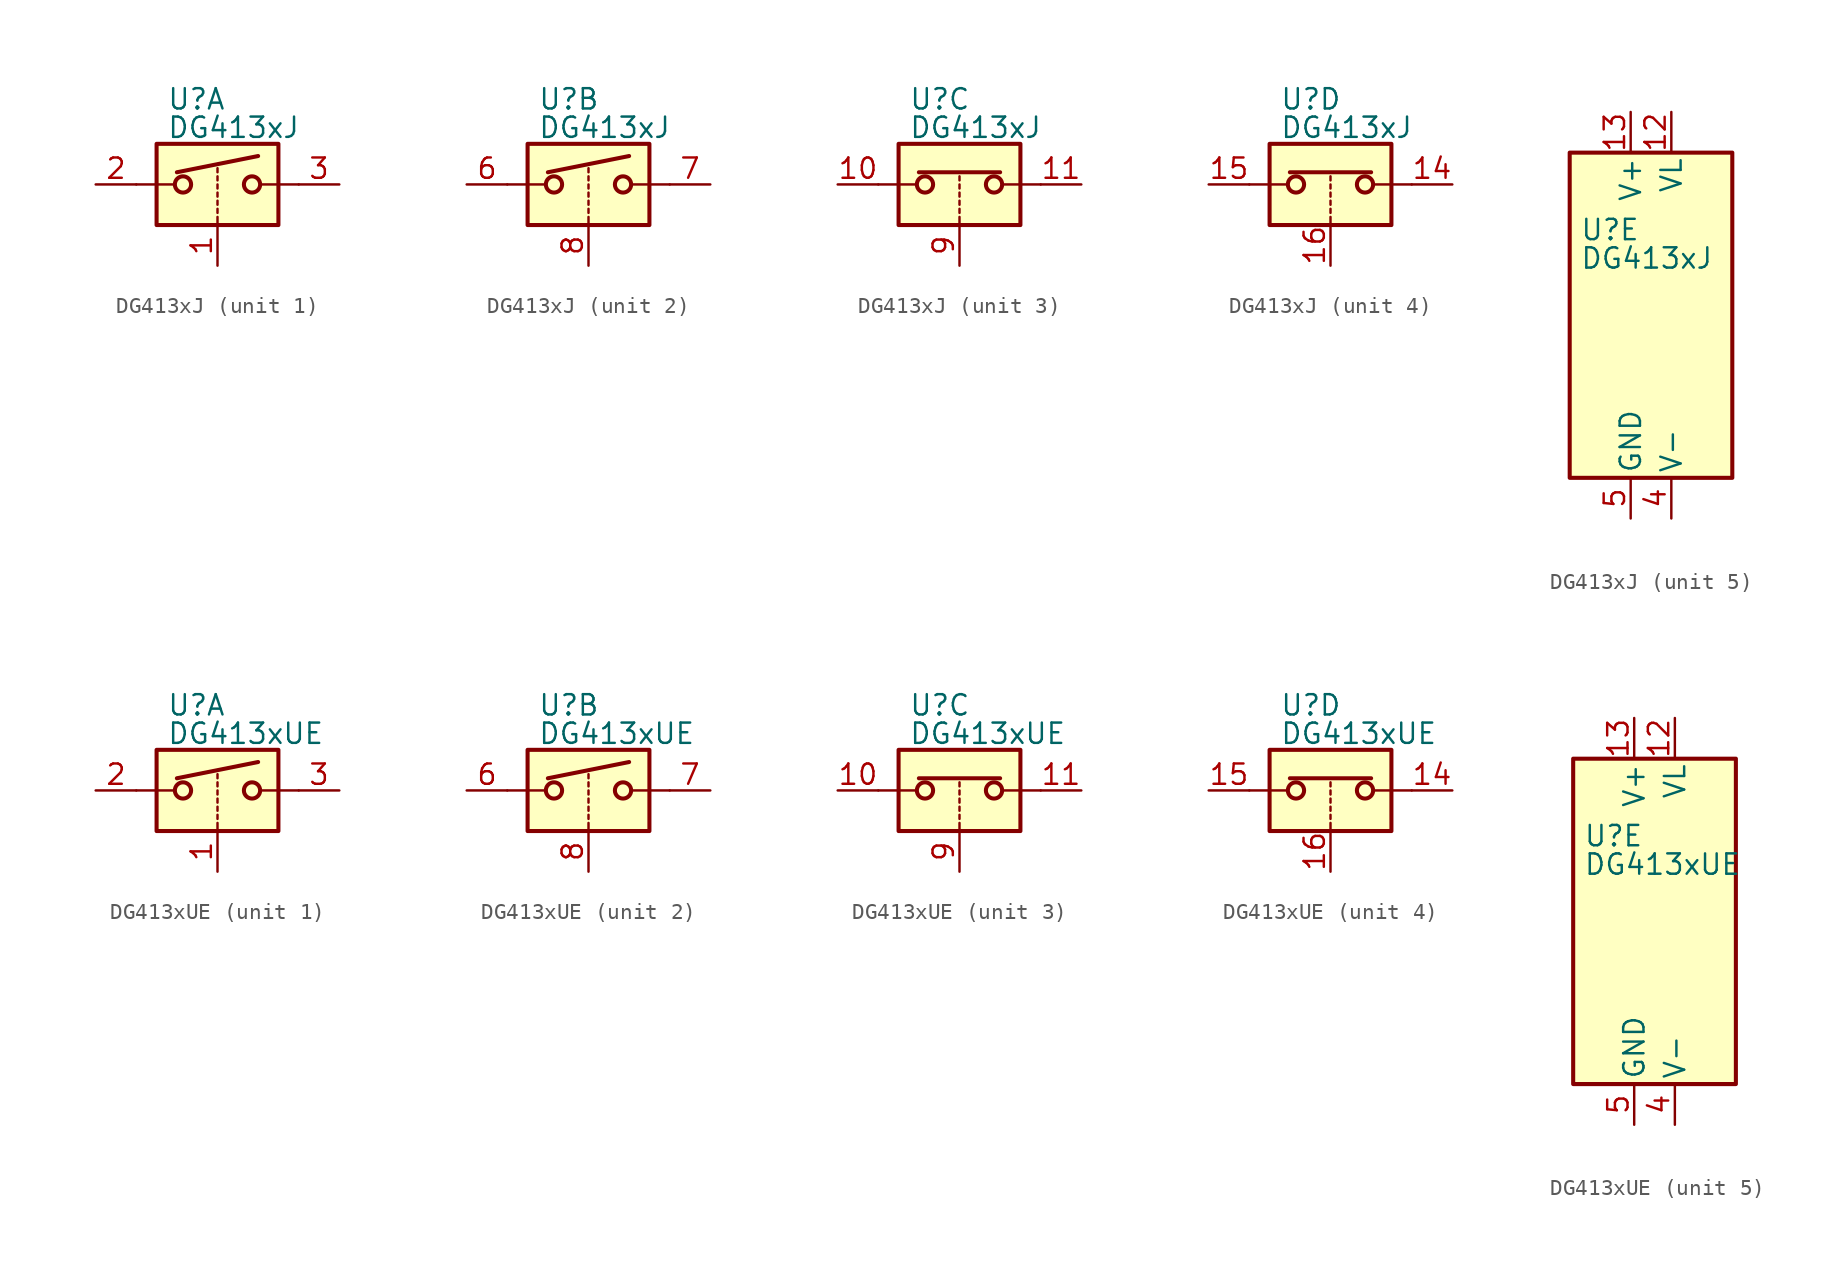
<source format=kicad_sym>
(kicad_symbol_lib
  (version 20200908)
  (generator kicad_symbol_editor)
  (symbol "Analog_Switch:DG413xJ"
    (pin_names
      (offset 0.254))
    (property "Reference" "U"
      (at -3.175 5.334 0)
      (effects (font (size 1.27 1.27)) (justify left)))
    (property "Value" "DG413xJ"
      (at -3.175 3.556 0)
      (effects (font (size 1.27 1.27)) (justify left)))
    (symbol "DG413xJ_1_1"
      (circle (center -2.159 0) (radius 0.508) (stroke (width 0.254)) (fill (type none)))
      (circle (center 2.159 0) (radius 0.508) (stroke (width 0.254)) (fill (type none)))
      (rectangle (start -3.81 2.54) (end 3.81 -2.54) (stroke (width 0.254)) (fill (type background)))
      (polyline (pts (xy -5.08 0) (xy -2.794 0)) (stroke (width 0)) (fill (type none)))
      (polyline (pts (xy -2.54 0.762) (xy 2.54 1.778)) (stroke (width 0.254)) (fill (type none)))
      (polyline (pts (xy 0 -2.54) (xy 0 -2.032)) (stroke (width 0)) (fill (type none)))
      (polyline (pts (xy 0 -1.778) (xy 0 -1.524)) (stroke (width 0)) (fill (type none)))
      (polyline (pts (xy 0 -1.27) (xy 0 -1.016)) (stroke (width 0)) (fill (type none)))
      (polyline (pts (xy 0 -0.762) (xy 0 -0.508)) (stroke (width 0)) (fill (type none)))
      (polyline (pts (xy 0 -0.254) (xy 0 0)) (stroke (width 0)) (fill (type none)))
      (polyline (pts (xy 0 0.254) (xy 0 0.508)) (stroke (width 0)) (fill (type none)))
      (polyline (pts (xy 0 0.762) (xy 0 1.016)) (stroke (width 0)) (fill (type none)))
      (polyline (pts (xy 5.08 0) (xy 2.794 0)) (stroke (width 0)) (fill (type none)))
      (pin input line (at 0 -5.08 90) (length 2.54) (name "~" (effects (font (size 1.27 1.27)))) (number "1" (effects (font (size 1.27 1.27)))))
      (pin passive line (at -7.62 0 0) (length 2.54) (name "~" (effects (font (size 1.27 1.27)))) (number "2" (effects (font (size 1.27 1.27)))))
      (pin passive line (at 7.62 0 180) (length 2.54) (name "~" (effects (font (size 1.27 1.27)))) (number "3" (effects (font (size 1.27 1.27))))))
    (symbol "DG413xJ_2_1"
      (circle (center -2.159 0) (radius 0.508) (stroke (width 0.254)) (fill (type none)))
      (circle (center 2.159 0) (radius 0.508) (stroke (width 0.254)) (fill (type none)))
      (rectangle (start -3.81 2.54) (end 3.81 -2.54) (stroke (width 0.254)) (fill (type background)))
      (polyline (pts (xy -5.08 0) (xy -2.794 0)) (stroke (width 0)) (fill (type none)))
      (polyline (pts (xy -2.54 0.762) (xy 2.54 1.778)) (stroke (width 0.254)) (fill (type none)))
      (polyline (pts (xy 0 -2.54) (xy 0 -2.032)) (stroke (width 0)) (fill (type none)))
      (polyline (pts (xy 0 -1.778) (xy 0 -1.524)) (stroke (width 0)) (fill (type none)))
      (polyline (pts (xy 0 -1.27) (xy 0 -1.016)) (stroke (width 0)) (fill (type none)))
      (polyline (pts (xy 0 -0.762) (xy 0 -0.508)) (stroke (width 0)) (fill (type none)))
      (polyline (pts (xy 0 -0.254) (xy 0 0)) (stroke (width 0)) (fill (type none)))
      (polyline (pts (xy 0 0.254) (xy 0 0.508)) (stroke (width 0)) (fill (type none)))
      (polyline (pts (xy 0 0.762) (xy 0 1.016)) (stroke (width 0)) (fill (type none)))
      (polyline (pts (xy 5.08 0) (xy 2.794 0)) (stroke (width 0)) (fill (type none)))
      (pin passive line (at -7.62 0 0) (length 2.54) (name "~" (effects (font (size 1.27 1.27)))) (number "6" (effects (font (size 1.27 1.27)))))
      (pin passive line (at 7.62 0 180) (length 2.54) (name "~" (effects (font (size 1.27 1.27)))) (number "7" (effects (font (size 1.27 1.27)))))
      (pin input line (at 0 -5.08 90) (length 2.54) (name "~" (effects (font (size 1.27 1.27)))) (number "8" (effects (font (size 1.27 1.27))))))
    (symbol "DG413xJ_3_1"
      (circle (center -2.159 0) (radius 0.508) (stroke (width 0.254)) (fill (type none)))
      (circle (center 2.159 0) (radius 0.508) (stroke (width 0.254)) (fill (type none)))
      (rectangle (start -3.81 2.54) (end 3.81 -2.54) (stroke (width 0.254)) (fill (type background)))
      (polyline (pts (xy -5.08 0) (xy -2.794 0)) (stroke (width 0)) (fill (type none)))
      (polyline (pts (xy -2.54 0.762) (xy 2.54 0.762)) (stroke (width 0.254)) (fill (type none)))
      (polyline (pts (xy 0 -2.54) (xy 0 -2.032)) (stroke (width 0)) (fill (type none)))
      (polyline (pts (xy 0 -1.778) (xy 0 -1.524)) (stroke (width 0)) (fill (type none)))
      (polyline (pts (xy 0 -1.27) (xy 0 -1.016)) (stroke (width 0)) (fill (type none)))
      (polyline (pts (xy 0 -0.762) (xy 0 -0.508)) (stroke (width 0)) (fill (type none)))
      (polyline (pts (xy 0 -0.254) (xy 0 0)) (stroke (width 0)) (fill (type none)))
      (polyline (pts (xy 0 0.254) (xy 0 0.508)) (stroke (width 0)) (fill (type none)))
      (polyline (pts (xy 5.08 0) (xy 2.794 0)) (stroke (width 0)) (fill (type none)))
      (pin passive line (at -7.62 0 0) (length 2.54) (name "~" (effects (font (size 1.27 1.27)))) (number "10" (effects (font (size 1.27 1.27)))))
      (pin passive line (at 7.62 0 180) (length 2.54) (name "~" (effects (font (size 1.27 1.27)))) (number "11" (effects (font (size 1.27 1.27)))))
      (pin input line (at 0 -5.08 90) (length 2.54) (name "~" (effects (font (size 1.27 1.27)))) (number "9" (effects (font (size 1.27 1.27))))))
    (symbol "DG413xJ_4_1"
      (circle (center -2.159 0) (radius 0.508) (stroke (width 0.254)) (fill (type none)))
      (circle (center 2.159 0) (radius 0.508) (stroke (width 0.254)) (fill (type none)))
      (rectangle (start -3.81 2.54) (end 3.81 -2.54) (stroke (width 0.254)) (fill (type background)))
      (polyline (pts (xy -5.08 0) (xy -2.794 0)) (stroke (width 0)) (fill (type none)))
      (polyline (pts (xy -2.54 0.762) (xy 2.54 0.762)) (stroke (width 0.254)) (fill (type none)))
      (polyline (pts (xy 0 -2.54) (xy 0 -2.032)) (stroke (width 0)) (fill (type none)))
      (polyline (pts (xy 0 -1.778) (xy 0 -1.524)) (stroke (width 0)) (fill (type none)))
      (polyline (pts (xy 0 -1.27) (xy 0 -1.016)) (stroke (width 0)) (fill (type none)))
      (polyline (pts (xy 0 -0.762) (xy 0 -0.508)) (stroke (width 0)) (fill (type none)))
      (polyline (pts (xy 0 -0.254) (xy 0 0)) (stroke (width 0)) (fill (type none)))
      (polyline (pts (xy 0 0.254) (xy 0 0.508)) (stroke (width 0)) (fill (type none)))
      (polyline (pts (xy 5.08 0) (xy 2.794 0)) (stroke (width 0)) (fill (type none)))
      (pin passive line (at 7.62 0 180) (length 2.54) (name "~" (effects (font (size 1.27 1.27)))) (number "14" (effects (font (size 1.27 1.27)))))
      (pin passive line (at -7.62 0 0) (length 2.54) (name "~" (effects (font (size 1.27 1.27)))) (number "15" (effects (font (size 1.27 1.27)))))
      (pin input line (at 0 -5.08 90) (length 2.54) (name "~" (effects (font (size 1.27 1.27)))) (number "16" (effects (font (size 1.27 1.27))))))
    (symbol "DG413xJ_5_1"
      (rectangle (start -3.81 10.16) (end 6.35 -10.16) (stroke (width 0.254)) (fill (type background))))
    (symbol "DG413xJ_5_0"
      (pin power_in line (at 2.54 12.7 270) (length 2.54) (name "VL" (effects (font (size 1.27 1.27)))) (number "12" (effects (font (size 1.27 1.27)))))
      (pin power_in line (at 0 12.7 270) (length 2.54) (name "V+" (effects (font (size 1.27 1.27)))) (number "13" (effects (font (size 1.27 1.27)))))
      (pin power_in line (at 2.54 -12.7 90) (length 2.54) (name "V-" (effects (font (size 1.27 1.27)))) (number "4" (effects (font (size 1.27 1.27)))))
      (pin power_in line (at 0 -12.7 90) (length 2.54) (name "GND" (effects (font (size 1.27 1.27)))) (number "5" (effects (font (size 1.27 1.27)))))))
  (symbol "Analog_Switch:DG413xUE"
    (pin_names
      (offset 0.254))
    (property "Reference" "U"
      (at -3.175 5.334 0)
      (effects (font (size 1.27 1.27)) (justify left)))
    (property "Value" "DG413xUE"
      (at -3.175 3.556 0)
      (effects (font (size 1.27 1.27)) (justify left)))
    (symbol "DG413xUE_1_1"
      (circle (center -2.159 0) (radius 0.508) (stroke (width 0.254)) (fill (type none)))
      (circle (center 2.159 0) (radius 0.508) (stroke (width 0.254)) (fill (type none)))
      (rectangle (start -3.81 2.54) (end 3.81 -2.54) (stroke (width 0.254)) (fill (type background)))
      (polyline (pts (xy -5.08 0) (xy -2.794 0)) (stroke (width 0)) (fill (type none)))
      (polyline (pts (xy -2.54 0.762) (xy 2.54 1.778)) (stroke (width 0.254)) (fill (type none)))
      (polyline (pts (xy 0 -2.54) (xy 0 -2.032)) (stroke (width 0)) (fill (type none)))
      (polyline (pts (xy 0 -1.778) (xy 0 -1.524)) (stroke (width 0)) (fill (type none)))
      (polyline (pts (xy 0 -1.27) (xy 0 -1.016)) (stroke (width 0)) (fill (type none)))
      (polyline (pts (xy 0 -0.762) (xy 0 -0.508)) (stroke (width 0)) (fill (type none)))
      (polyline (pts (xy 0 -0.254) (xy 0 0)) (stroke (width 0)) (fill (type none)))
      (polyline (pts (xy 0 0.254) (xy 0 0.508)) (stroke (width 0)) (fill (type none)))
      (polyline (pts (xy 0 0.762) (xy 0 1.016)) (stroke (width 0)) (fill (type none)))
      (polyline (pts (xy 5.08 0) (xy 2.794 0)) (stroke (width 0)) (fill (type none)))
      (pin input line (at 0 -5.08 90) (length 2.54) (name "~" (effects (font (size 1.27 1.27)))) (number "1" (effects (font (size 1.27 1.27)))))
      (pin passive line (at -7.62 0 0) (length 2.54) (name "~" (effects (font (size 1.27 1.27)))) (number "2" (effects (font (size 1.27 1.27)))))
      (pin passive line (at 7.62 0 180) (length 2.54) (name "~" (effects (font (size 1.27 1.27)))) (number "3" (effects (font (size 1.27 1.27))))))
    (symbol "DG413xUE_2_1"
      (circle (center -2.159 0) (radius 0.508) (stroke (width 0.254)) (fill (type none)))
      (circle (center 2.159 0) (radius 0.508) (stroke (width 0.254)) (fill (type none)))
      (rectangle (start -3.81 2.54) (end 3.81 -2.54) (stroke (width 0.254)) (fill (type background)))
      (polyline (pts (xy -5.08 0) (xy -2.794 0)) (stroke (width 0)) (fill (type none)))
      (polyline (pts (xy -2.54 0.762) (xy 2.54 1.778)) (stroke (width 0.254)) (fill (type none)))
      (polyline (pts (xy 0 -2.54) (xy 0 -2.032)) (stroke (width 0)) (fill (type none)))
      (polyline (pts (xy 0 -1.778) (xy 0 -1.524)) (stroke (width 0)) (fill (type none)))
      (polyline (pts (xy 0 -1.27) (xy 0 -1.016)) (stroke (width 0)) (fill (type none)))
      (polyline (pts (xy 0 -0.762) (xy 0 -0.508)) (stroke (width 0)) (fill (type none)))
      (polyline (pts (xy 0 -0.254) (xy 0 0)) (stroke (width 0)) (fill (type none)))
      (polyline (pts (xy 0 0.254) (xy 0 0.508)) (stroke (width 0)) (fill (type none)))
      (polyline (pts (xy 0 0.762) (xy 0 1.016)) (stroke (width 0)) (fill (type none)))
      (polyline (pts (xy 5.08 0) (xy 2.794 0)) (stroke (width 0)) (fill (type none)))
      (pin passive line (at -7.62 0 0) (length 2.54) (name "~" (effects (font (size 1.27 1.27)))) (number "6" (effects (font (size 1.27 1.27)))))
      (pin passive line (at 7.62 0 180) (length 2.54) (name "~" (effects (font (size 1.27 1.27)))) (number "7" (effects (font (size 1.27 1.27)))))
      (pin input line (at 0 -5.08 90) (length 2.54) (name "~" (effects (font (size 1.27 1.27)))) (number "8" (effects (font (size 1.27 1.27))))))
    (symbol "DG413xUE_3_1"
      (circle (center -2.159 0) (radius 0.508) (stroke (width 0.254)) (fill (type none)))
      (circle (center 2.159 0) (radius 0.508) (stroke (width 0.254)) (fill (type none)))
      (rectangle (start -3.81 2.54) (end 3.81 -2.54) (stroke (width 0.254)) (fill (type background)))
      (polyline (pts (xy -5.08 0) (xy -2.794 0)) (stroke (width 0)) (fill (type none)))
      (polyline (pts (xy -2.54 0.762) (xy 2.54 0.762)) (stroke (width 0.254)) (fill (type none)))
      (polyline (pts (xy 0 -2.54) (xy 0 -2.032)) (stroke (width 0)) (fill (type none)))
      (polyline (pts (xy 0 -1.778) (xy 0 -1.524)) (stroke (width 0)) (fill (type none)))
      (polyline (pts (xy 0 -1.27) (xy 0 -1.016)) (stroke (width 0)) (fill (type none)))
      (polyline (pts (xy 0 -0.762) (xy 0 -0.508)) (stroke (width 0)) (fill (type none)))
      (polyline (pts (xy 0 -0.254) (xy 0 0)) (stroke (width 0)) (fill (type none)))
      (polyline (pts (xy 0 0.254) (xy 0 0.508)) (stroke (width 0)) (fill (type none)))
      (polyline (pts (xy 5.08 0) (xy 2.794 0)) (stroke (width 0)) (fill (type none)))
      (pin passive line (at -7.62 0 0) (length 2.54) (name "~" (effects (font (size 1.27 1.27)))) (number "10" (effects (font (size 1.27 1.27)))))
      (pin passive line (at 7.62 0 180) (length 2.54) (name "~" (effects (font (size 1.27 1.27)))) (number "11" (effects (font (size 1.27 1.27)))))
      (pin input line (at 0 -5.08 90) (length 2.54) (name "~" (effects (font (size 1.27 1.27)))) (number "9" (effects (font (size 1.27 1.27))))))
    (symbol "DG413xUE_4_1"
      (circle (center -2.159 0) (radius 0.508) (stroke (width 0.254)) (fill (type none)))
      (circle (center 2.159 0) (radius 0.508) (stroke (width 0.254)) (fill (type none)))
      (rectangle (start -3.81 2.54) (end 3.81 -2.54) (stroke (width 0.254)) (fill (type background)))
      (polyline (pts (xy -5.08 0) (xy -2.794 0)) (stroke (width 0)) (fill (type none)))
      (polyline (pts (xy -2.54 0.762) (xy 2.54 0.762)) (stroke (width 0.254)) (fill (type none)))
      (polyline (pts (xy 0 -2.54) (xy 0 -2.032)) (stroke (width 0)) (fill (type none)))
      (polyline (pts (xy 0 -1.778) (xy 0 -1.524)) (stroke (width 0)) (fill (type none)))
      (polyline (pts (xy 0 -1.27) (xy 0 -1.016)) (stroke (width 0)) (fill (type none)))
      (polyline (pts (xy 0 -0.762) (xy 0 -0.508)) (stroke (width 0)) (fill (type none)))
      (polyline (pts (xy 0 -0.254) (xy 0 0)) (stroke (width 0)) (fill (type none)))
      (polyline (pts (xy 0 0.254) (xy 0 0.508)) (stroke (width 0)) (fill (type none)))
      (polyline (pts (xy 5.08 0) (xy 2.794 0)) (stroke (width 0)) (fill (type none)))
      (pin passive line (at 7.62 0 180) (length 2.54) (name "~" (effects (font (size 1.27 1.27)))) (number "14" (effects (font (size 1.27 1.27)))))
      (pin passive line (at -7.62 0 0) (length 2.54) (name "~" (effects (font (size 1.27 1.27)))) (number "15" (effects (font (size 1.27 1.27)))))
      (pin input line (at 0 -5.08 90) (length 2.54) (name "~" (effects (font (size 1.27 1.27)))) (number "16" (effects (font (size 1.27 1.27))))))
    (symbol "DG413xUE_5_1"
      (rectangle (start -3.81 10.16) (end 6.35 -10.16) (stroke (width 0.254)) (fill (type background))))
    (symbol "DG413xUE_5_0"
      (pin power_in line (at 2.54 12.7 270) (length 2.54) (name "VL" (effects (font (size 1.27 1.27)))) (number "12" (effects (font (size 1.27 1.27)))))
      (pin power_in line (at 0 12.7 270) (length 2.54) (name "V+" (effects (font (size 1.27 1.27)))) (number "13" (effects (font (size 1.27 1.27)))))
      (pin power_in line (at 2.54 -12.7 90) (length 2.54) (name "V-" (effects (font (size 1.27 1.27)))) (number "4" (effects (font (size 1.27 1.27)))))
      (pin power_in line (at 0 -12.7 90) (length 2.54) (name "GND" (effects (font (size 1.27 1.27)))) (number "5" (effects (font (size 1.27 1.27))))))))
</source>
